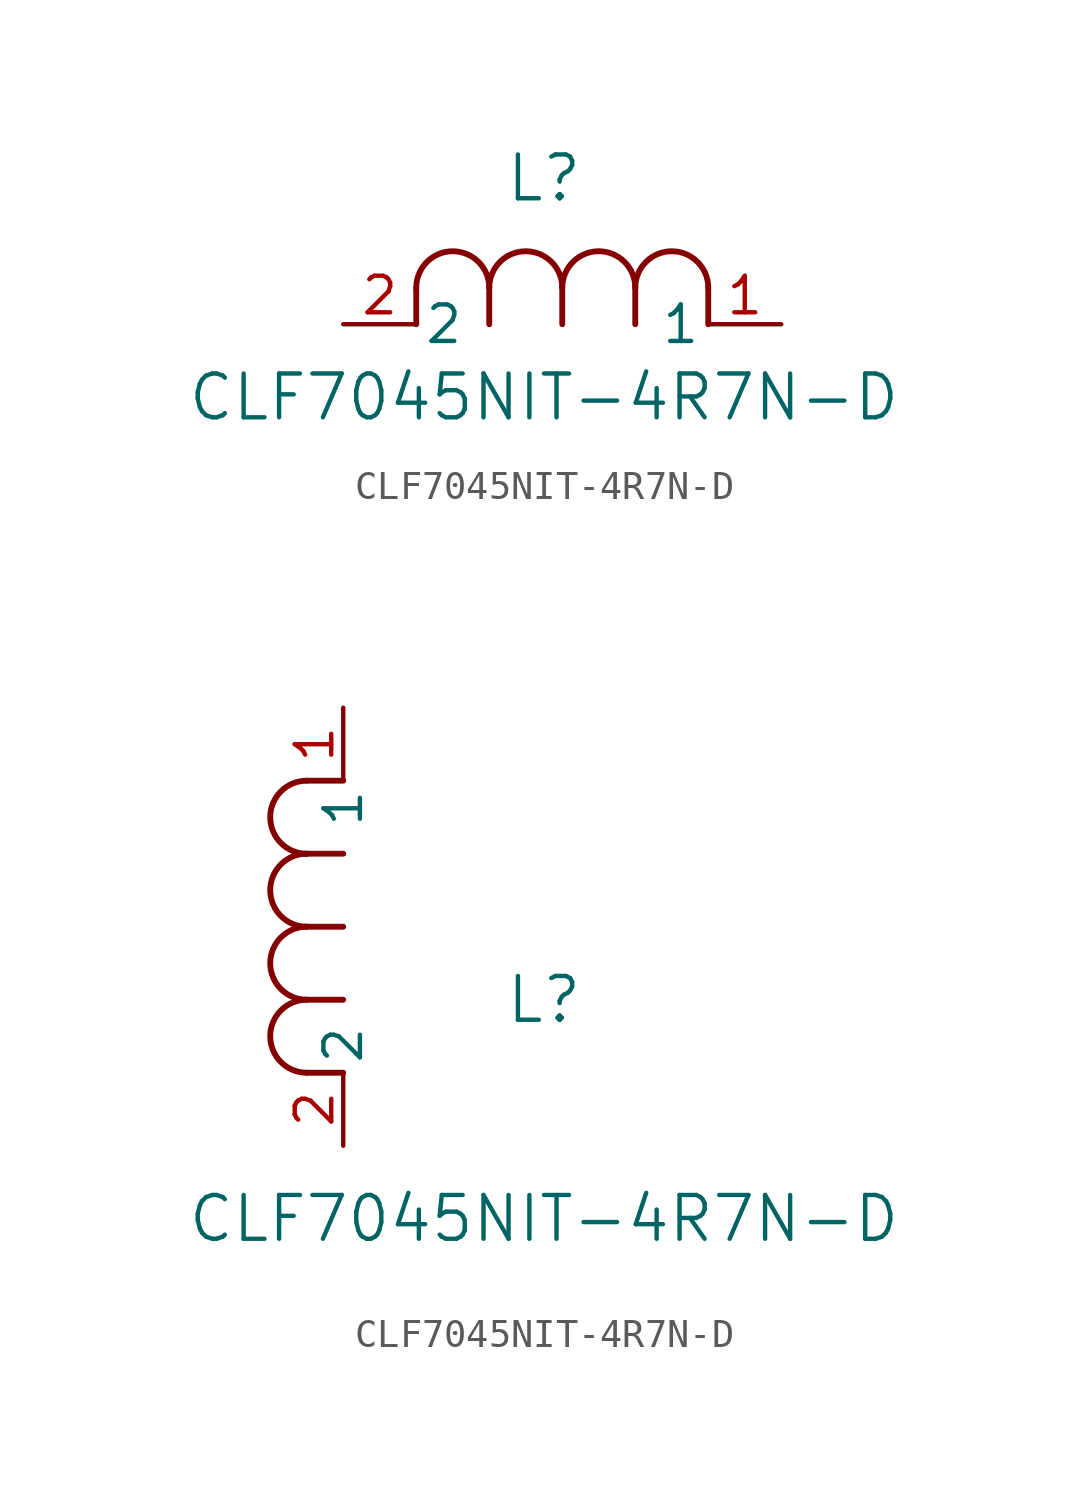
<source format=kicad_sym>
(kicad_symbol_lib
  (version 20211014)
  (generator kicad_symbol_editor)
  (symbol "CLF7045NIT-4R7N-D"
    (pin_names
      (offset 0.254))
    (property "Reference" "L"
      (at 6.985 5.08 0)
      (effects (font (size 1.524 1.524))))
    (property "Value" "CLF7045NIT-4R7N-D"
      (at 6.985 -2.54 0)
      (effects (font (size 1.524 1.524))))
    (symbol "CLF7045NIT-4R7N-D_1_1"
      (arc (start 7.62 1.27) (mid 6.35 2.54) (end 5.08 1.27) (stroke (width 0.2032) (type default) (color 0 0 0 0)) (fill (type none)))
      (polyline (pts (xy 5.08 0) (xy 5.08 1.27)) (stroke (width 0.203) (type default) (color 0 0 0 0)) (fill (type none)))
      (polyline (pts (xy 7.62 0) (xy 7.62 1.27)) (stroke (width 0.203) (type default) (color 0 0 0 0)) (fill (type none)))
      (polyline (pts (xy 12.7 0) (xy 12.7 1.27)) (stroke (width 0.203) (type default) (color 0 0 0 0)) (fill (type none)))
      (arc (start 5.08 1.27) (mid 3.81 2.54) (end 2.54 1.27) (stroke (width 0.2032) (type default) (color 0 0 0 0)) (fill (type none)))
      (arc (start 10.16 1.27) (mid 8.89 2.54) (end 7.62 1.27) (stroke (width 0.2032) (type default) (color 0 0 0 0)) (fill (type none)))
      (arc (start 12.7 1.27) (mid 11.43 2.54) (end 10.16 1.27) (stroke (width 0.2032) (type default) (color 0 0 0 0)) (fill (type none)))
      (polyline (pts (xy 2.54 0) (xy 2.54 1.27)) (stroke (width 0.203) (type default) (color 0 0 0 0)) (fill (type none)))
      (polyline (pts (xy 10.16 0) (xy 10.16 1.27)) (stroke (width 0.203) (type default) (color 0 0 0 0)) (fill (type none)))
      (pin unspecified line (at 0 0 0) (length 2.54) (name "2" (effects (font (size 1.27 1.27)))) (number "2" (effects (font (size 1.27 1.27)))))
      (pin unspecified line (at 15.24 0 180) (length 2.54) (name "1" (effects (font (size 1.27 1.27)))) (number "1" (effects (font (size 1.27 1.27))))))
    (symbol "CLF7045NIT-4R7N-D_1_2"
      (arc (start -1.27 7.62) (mid -2.54 6.35) (end -1.27 5.08) (stroke (width 0.2032) (type default) (color 0 0 0 0)) (fill (type none)))
      (arc (start -1.27 5.08) (mid -2.54 3.81) (end -1.27 2.54) (stroke (width 0.2032) (type default) (color 0 0 0 0)) (fill (type none)))
      (arc (start -1.27 12.7) (mid -2.54 11.43) (end -1.27 10.16) (stroke (width 0.2032) (type default) (color 0 0 0 0)) (fill (type none)))
      (arc (start -1.27 10.16) (mid -2.54 8.89) (end -1.27 7.62) (stroke (width 0.2032) (type default) (color 0 0 0 0)) (fill (type none)))
      (polyline (pts (xy 0 7.62) (xy -1.27 7.62)) (stroke (width 0.203) (type default) (color 0 0 0 0)) (fill (type none)))
      (polyline (pts (xy 0 5.08) (xy -1.27 5.08)) (stroke (width 0.203) (type default) (color 0 0 0 0)) (fill (type none)))
      (polyline (pts (xy 0 12.7) (xy -1.27 12.7)) (stroke (width 0.203) (type default) (color 0 0 0 0)) (fill (type none)))
      (polyline (pts (xy 0 2.54) (xy -1.27 2.54)) (stroke (width 0.203) (type default) (color 0 0 0 0)) (fill (type none)))
      (polyline (pts (xy 0 10.16) (xy -1.27 10.16)) (stroke (width 0.203) (type default) (color 0 0 0 0)) (fill (type none)))
      (pin unspecified line (at 0 0 90) (length 2.54) (name "2" (effects (font (size 1.27 1.27)))) (number "2" (effects (font (size 1.27 1.27)))))
      (pin unspecified line (at 0 15.24 270) (length 2.54) (name "1" (effects (font (size 1.27 1.27)))) (number "1" (effects (font (size 1.27 1.27))))))))
</source>
